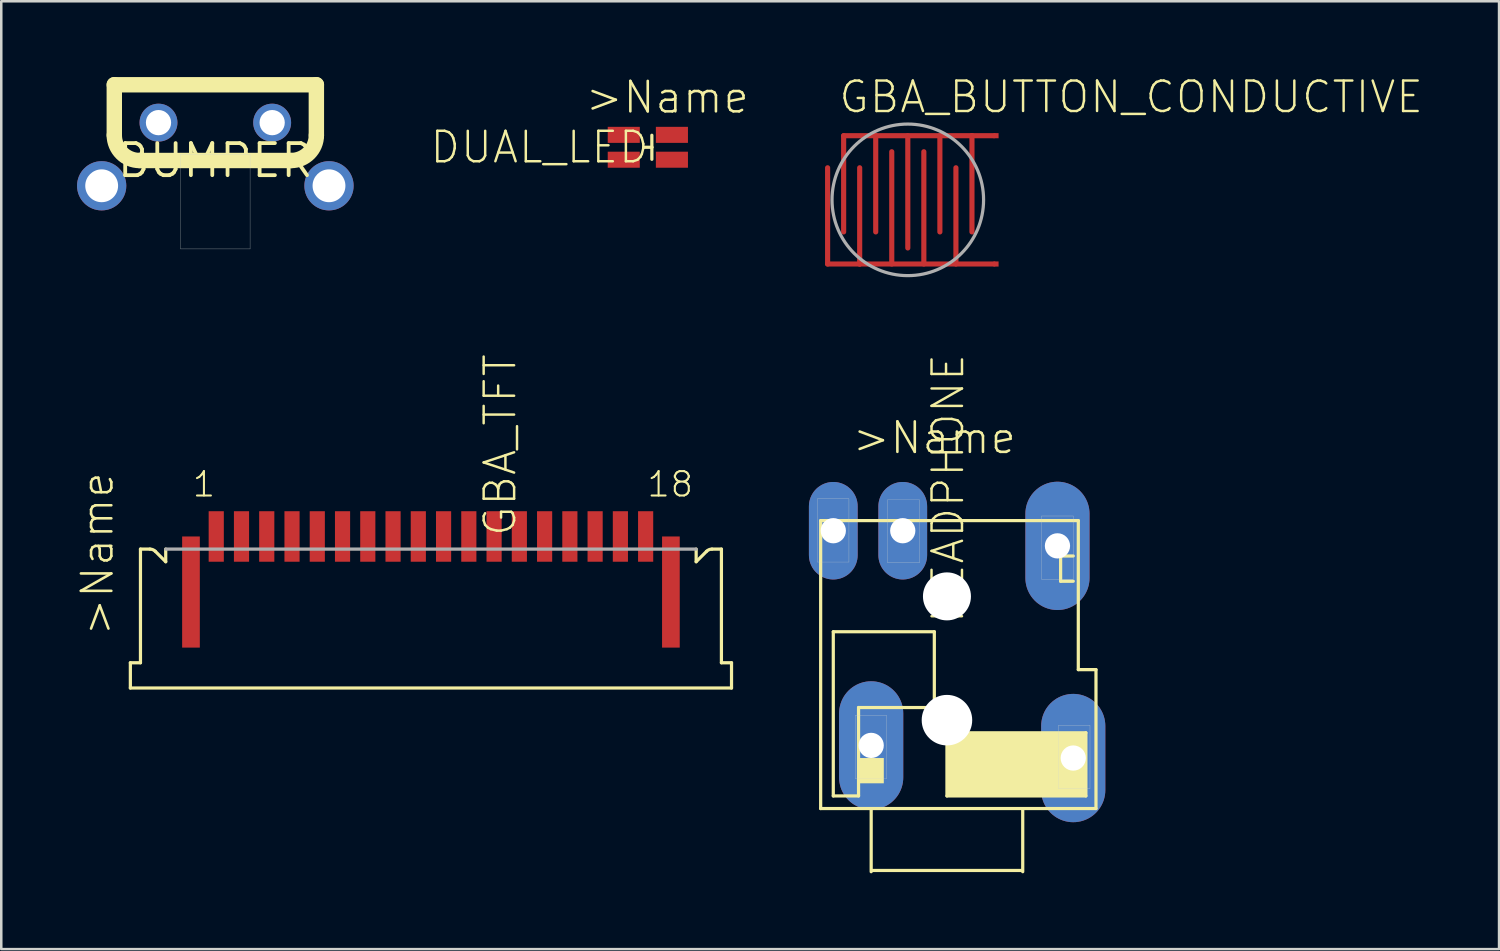
<source format=kicad_pcb>
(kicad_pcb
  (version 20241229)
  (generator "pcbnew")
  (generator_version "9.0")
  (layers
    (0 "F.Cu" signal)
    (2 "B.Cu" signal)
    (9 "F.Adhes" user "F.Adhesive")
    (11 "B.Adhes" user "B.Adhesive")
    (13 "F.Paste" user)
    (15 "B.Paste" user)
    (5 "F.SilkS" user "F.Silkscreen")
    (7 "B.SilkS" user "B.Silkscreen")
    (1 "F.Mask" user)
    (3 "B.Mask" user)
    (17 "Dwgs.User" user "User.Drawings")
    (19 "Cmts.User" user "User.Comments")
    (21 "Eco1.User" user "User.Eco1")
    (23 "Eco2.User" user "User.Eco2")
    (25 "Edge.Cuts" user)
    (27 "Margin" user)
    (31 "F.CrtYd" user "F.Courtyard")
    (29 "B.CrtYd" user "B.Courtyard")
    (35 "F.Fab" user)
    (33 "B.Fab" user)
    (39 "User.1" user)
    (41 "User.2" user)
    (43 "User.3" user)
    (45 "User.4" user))
  (footprint "DUAL_LED"
    (layer "F.Cu")
    (at 22.598 2.781)
    (property "Reference" "DUAL_LED" (at -4.286 0 180) (layer "F.SilkS") (effects (font (size 1.206 1.206) (thickness 0.097))))
    (attr through_hole)
    (fp_line (start 0.159 0) (end -0.159 0) (stroke (width 0.127) (type solid)) (layer "F.SilkS"))
    (fp_line (start 0.159 0) (end 0.159 -0.476) (stroke (width 0.127) (type solid)) (layer "F.SilkS"))
    (fp_line (start 0.159 0.476) (end 0.159 0) (stroke (width 0.127) (type solid)) (layer "F.SilkS"))
    (fp_text user ">Name" (at -2.54 -1.27 0) (layer "F.SilkS") (effects (font (size 1.206 1.206) (thickness 0.102)) (justify left bottom)))
    (pad "1" smd rect (at 0.953 -0.492) (size 1.27 0.635) (layers "F.Cu" "F.Mask" "F.Paste"))
    (pad "2" smd rect (at -0.953 -0.492) (size 1.27 0.635) (layers "F.Cu" "F.Mask" "F.Paste"))
    (pad "3" smd rect (at -0.953 0.492) (size 1.27 0.635) (layers "F.Cu" "F.Mask" "F.Paste"))
    (pad "4" smd rect (at 0.953 0.492) (size 1.27 0.635) (layers "F.Cu" "F.Mask" "F.Paste")))
  (footprint "HEADPHONE"
    (layer "F.Cu")
    (at 34.44 28.961)
    (property "Reference" "HEADPHONE" (at 0.042 -12.669 270) (layer "F.SilkS") (effects (font (size 1.206 1.206) (thickness 0.097))))
    (attr through_hole)
    (fp_line (start -5 -11.4) (end 5.2 -11.4) (stroke (width 0.127) (type solid)) (layer "F.SilkS"))
    (fp_line (start -5 0) (end -5 -11.4) (stroke (width 0.127) (type solid)) (layer "F.SilkS"))
    (fp_line (start -5 0) (end -3 0) (stroke (width 0.127) (type solid)) (layer "F.SilkS"))
    (fp_line (start -4.5 -7) (end -0.5 -7) (stroke (width 0.127) (type solid)) (layer "F.SilkS"))
    (fp_line (start -4.5 -0.5) (end -4.5 -7) (stroke (width 0.127) (type solid)) (layer "F.SilkS"))
    (fp_line (start -3.5 -4) (end -3.5 -0.5) (stroke (width 0.127) (type solid)) (layer "F.SilkS"))
    (fp_line (start -3.5 -0.5) (end -4.5 -0.5) (stroke (width 0.127) (type solid)) (layer "F.SilkS"))
    (fp_line (start -3 0) (end 3 0) (stroke (width 0.127) (type solid)) (layer "F.SilkS"))
    (fp_line (start -3 2.5) (end -3 0) (stroke (width 0.127) (type solid)) (layer "F.SilkS"))
    (fp_line (start -2.965 2.45) (end 2.965 2.45) (stroke (width 0.127) (type solid)) (layer "F.SilkS"))
    (fp_line (start -0.5 -7) (end -0.5 -4) (stroke (width 0.127) (type solid)) (layer "F.SilkS"))
    (fp_line (start -0.5 -4) (end -3.5 -4) (stroke (width 0.127) (type solid)) (layer "F.SilkS"))
    (fp_line (start 0 -3) (end 5.5 -3) (stroke (width 0.127) (type solid)) (layer "F.SilkS"))
    (fp_line (start 0 -0.5) (end 0 -3) (stroke (width 0.127) (type solid)) (layer "F.SilkS"))
    (fp_line (start 3 0) (end 5.9 0) (stroke (width 0.127) (type solid)) (layer "F.SilkS"))
    (fp_line (start 3 2.5) (end 3 0) (stroke (width 0.127) (type solid)) (layer "F.SilkS"))
    (fp_line (start 4.5 -10) (end 4.5 -9) (stroke (width 0.127) (type solid)) (layer "F.SilkS"))
    (fp_line (start 4.5 -9) (end 5 -9) (stroke (width 0.127) (type solid)) (layer "F.SilkS"))
    (fp_line (start 5 -10) (end 4.5 -10) (stroke (width 0.127) (type solid)) (layer "F.SilkS"))
    (fp_line (start 5.2 -11.4) (end 5.2 -5.5) (stroke (width 0.127) (type solid)) (layer "F.SilkS"))
    (fp_line (start 5.2 -5.5) (end 5.9 -5.5) (stroke (width 0.127) (type solid)) (layer "F.SilkS"))
    (fp_line (start 5.5 -3) (end 5.5 -0.5) (stroke (width 0.127) (type solid)) (layer "F.SilkS"))
    (fp_line (start 5.5 -0.5) (end 0 -0.5) (stroke (width 0.127) (type solid)) (layer "F.SilkS"))
    (fp_line (start 5.9 0) (end 5.9 -5.5) (stroke (width 0.127) (type solid)) (layer "F.SilkS"))
    (fp_poly (pts (xy -3.5 -1) (xy -2.5 -1) (xy -2.5 -2) (xy -3.5 -2)) (stroke (width 0) (type solid)) (fill yes) (layer "F.SilkS"))
    (fp_poly (pts (xy 0 -0.5) (xy 5.5 -0.5) (xy 5.5 -3) (xy 0 -3)) (stroke (width 0) (type solid)) (fill yes) (layer "F.SilkS"))
    (fp_line (start -5.13 -12.26) (end -5.13 -9.76) (stroke (width 0.01) (type solid)) (layer "Edge.Cuts"))
    (fp_line (start -5.13 -12.26) (end -3.88 -12.26) (stroke (width 0.01) (type solid)) (layer "Edge.Cuts"))
    (fp_line (start -5.13 -9.76) (end -3.88 -9.76) (stroke (width 0.01) (type solid)) (layer "Edge.Cuts"))
    (fp_line (start -3.88 -9.76) (end -3.88 -12.26) (stroke (width 0.01) (type solid)) (layer "Edge.Cuts"))
    (fp_line (start -3.635 -3.685) (end -3.635 -1.185) (stroke (width 0.01) (type solid)) (layer "Edge.Cuts"))
    (fp_line (start -3.635 -3.685) (end -2.385 -3.685) (stroke (width 0.01) (type solid)) (layer "Edge.Cuts"))
    (fp_line (start -3.635 -1.185) (end -2.385 -1.185) (stroke (width 0.01) (type solid)) (layer "Edge.Cuts"))
    (fp_line (start -2.385 -1.185) (end -2.385 -3.685) (stroke (width 0.01) (type solid)) (layer "Edge.Cuts"))
    (fp_line (start -2.345 -12.228) (end -2.345 -9.728) (stroke (width 0.01) (type solid)) (layer "Edge.Cuts"))
    (fp_line (start -2.345 -12.228) (end -1.095 -12.228) (stroke (width 0.01) (type solid)) (layer "Edge.Cuts"))
    (fp_line (start -2.345 -9.728) (end -1.095 -9.728) (stroke (width 0.01) (type solid)) (layer "Edge.Cuts"))
    (fp_line (start -1.095 -9.728) (end -1.095 -12.228) (stroke (width 0.01) (type solid)) (layer "Edge.Cuts"))
    (fp_line (start 3.745 -11.583) (end 3.745 -9.083) (stroke (width 0.01) (type solid)) (layer "Edge.Cuts"))
    (fp_line (start 3.745 -11.583) (end 4.995 -11.583) (stroke (width 0.01) (type solid)) (layer "Edge.Cuts"))
    (fp_line (start 3.745 -9.083) (end 4.995 -9.083) (stroke (width 0.01) (type solid)) (layer "Edge.Cuts"))
    (fp_line (start 4.413 -3.293) (end 4.413 -0.793) (stroke (width 0.01) (type solid)) (layer "Edge.Cuts"))
    (fp_line (start 4.413 -3.293) (end 5.663 -3.293) (stroke (width 0.01) (type solid)) (layer "Edge.Cuts"))
    (fp_line (start 4.413 -0.793) (end 5.663 -0.793) (stroke (width 0.01) (type solid)) (layer "Edge.Cuts"))
    (fp_line (start 4.995 -9.083) (end 4.995 -11.583) (stroke (width 0.01) (type solid)) (layer "Edge.Cuts"))
    (fp_line (start 5.663 -0.793) (end 5.663 -3.293) (stroke (width 0.01) (type solid)) (layer "Edge.Cuts"))
    (fp_text user ">Name" (at -3.81 -13.97 0) (layer "F.SilkS") (effects (font (size 1.206 1.206) (thickness 0.102)) (justify left bottom)))
    (pad "" np_thru_hole circle (at 0 -8.4) (size 1.9 1.9) (drill 1.9) (layers "*.Cu" "*.Mask"))
    (pad "" np_thru_hole circle (at 0 -3.5) (size 2 2) (drill 2) (layers "*.Cu" "*.Mask"))
    (pad "1" thru_hole oval (at -3 -2.5 90) (size 5.08 2.54) (drill 1) (layers "*.Cu" "*.Mask"))
    (pad "2" thru_hole oval (at -4.5 -11 90) (size 3.861 1.93) (drill 1) (layers "*.Cu" "*.Mask"))
    (pad "GND" thru_hole oval (at 5 -2 90) (size 5.08 2.54) (drill 1) (layers "*.Cu" "*.Mask"))
    (pad "L" thru_hole oval (at 4.375 -10.4 90) (size 5.08 2.54) (drill 1) (layers "*.Cu" "*.Mask"))
    (pad "R" thru_hole oval (at -1.75 -11 90) (size 3.861 1.93) (drill 1) (layers "*.Cu" "*.Mask")))
  (footprint "GBA_BUTTON_CONDUCTIVE"
    (layer "F.Cu")
    (at 32.89 4.862)
    (property "Reference" "GBA_BUTTON_CONDUCTIVE" (at -2.794 -3.365 180) (layer "F.SilkS") (effects (font (size 1.206 1.206) (thickness 0.097)) (justify left bottom)))
    (attr through_hole)
    (fp_line (start -3.175 -1.27) (end -3.175 2.54) (stroke (width 0.203) (type solid)) (layer "F.Cu"))
    (fp_line (start -3.175 2.54) (end -1.905 2.54) (stroke (width 0.203) (type solid)) (layer "F.Cu"))
    (fp_line (start -2.54 -2.54) (end -1.27 -2.54) (stroke (width 0.203) (type solid)) (layer "F.Cu"))
    (fp_line (start -2.54 1.27) (end -2.54 -2.54) (stroke (width 0.203) (type solid)) (layer "F.Cu"))
    (fp_line (start -1.905 -1.27) (end -1.905 2.54) (stroke (width 0.203) (type solid)) (layer "F.Cu"))
    (fp_line (start -1.905 2.54) (end 3.413 2.54) (stroke (width 0.203) (type solid)) (layer "F.Cu"))
    (fp_line (start -1.27 -2.54) (end 2.54 -2.54) (stroke (width 0.203) (type solid)) (layer "F.Cu"))
    (fp_line (start -1.27 1.27) (end -1.27 -2.54) (stroke (width 0.203) (type solid)) (layer "F.Cu"))
    (fp_line (start -0.635 -1.905) (end -0.635 2.54) (stroke (width 0.203) (type solid)) (layer "F.Cu"))
    (fp_line (start 0 1.905) (end 0 -2.54) (stroke (width 0.203) (type solid)) (layer "F.Cu"))
    (fp_line (start 0.635 -1.905) (end 0.635 2.54) (stroke (width 0.203) (type solid)) (layer "F.Cu"))
    (fp_line (start 1.27 1.27) (end 1.27 -2.54) (stroke (width 0.203) (type solid)) (layer "F.Cu"))
    (fp_line (start 1.905 -1.27) (end 1.905 2.54) (stroke (width 0.203) (type solid)) (layer "F.Cu"))
    (fp_line (start 2.54 -2.54) (end 3.413 -2.54) (stroke (width 0.203) (type solid)) (layer "F.Cu"))
    (fp_line (start 2.54 1.27) (end 2.54 -2.54) (stroke (width 0.203) (type solid)) (layer "F.Cu"))
    (fp_circle (center 0 0) (end 1.27 0) (stroke (width 3.4) (type solid)) (fill no) (layer "F.Mask"))
    (fp_circle (center 0 0) (end 3 0) (stroke (width 0.127) (type solid)) (fill no) (layer "F.Fab"))
    (pad "1" smd rect (at 3.493 -2.54) (size 0.203 0.203) (layers "F.Cu" "F.Mask"))
    (pad "2" smd rect (at 3.493 2.54) (size 0.203 0.203) (layers "F.Cu" "F.Mask")))
  (footprint "BUMPER"
    (layer "F.Cu")
    (at 5.475 3.305)
    (property "Reference" "BUMPER" (at 0 0 0) (layer "F.SilkS") (effects (font (size 1.27 1.27) (thickness 0.15))))
    (attr through_hole)
    (fp_line (start -4 -3) (end -4 -1) (stroke (width 0.61) (type solid)) (layer "F.SilkS"))
    (fp_line (start -3 0) (end 3 0) (stroke (width 0.61) (type solid)) (layer "F.SilkS"))
    (fp_line (start 4 -3) (end -4 -3) (stroke (width 0.61) (type solid)) (layer "F.SilkS"))
    (fp_line (start 4 -1) (end 4 -3) (stroke (width 0.61) (type solid)) (layer "F.SilkS"))
    (fp_arc (start -3 0) (mid -3.707107 -0.292893) (end -4 -1) (stroke (width 0.6096) (type solid)) (layer "F.SilkS"))
    (fp_arc (start 4 -1) (mid 3.707107 -0.292893) (end 3 0) (stroke (width 0.6096) (type solid)) (layer "F.SilkS"))
    (fp_line (start -1.375 -0.25) (end 1.375 -0.25) (stroke (width 0.01) (type solid)) (layer "Edge.Cuts"))
    (fp_line (start -1.375 3.5) (end -1.375 -0.25) (stroke (width 0.01) (type solid)) (layer "Edge.Cuts"))
    (fp_line (start 1.375 -0.25) (end 1.375 3.5) (stroke (width 0.01) (type solid)) (layer "Edge.Cuts"))
    (fp_line (start 1.375 3.5) (end -1.375 3.5) (stroke (width 0.01) (type solid)) (layer "Edge.Cuts"))
    (fp_text user "CUT OUT" (at 0 3.175 90) (layer "Edge.Cuts") (effects (font (size 0.386 0.386) (thickness 0.033)) (justify left bottom)))
    (pad "1" thru_hole circle (at -2.25 -1.5) (size 1.5 1.5) (drill 1) (layers "*.Cu" "*.Mask"))
    (pad "2" thru_hole circle (at 2.25 -1.5) (size 1.5 1.5) (drill 1) (layers "*.Cu" "*.Mask"))
    (pad "NC1" thru_hole circle (at -4.5 1) (size 1.95 1.95) (drill 1.3) (layers "*.Cu" "*.Mask"))
    (pad "NC2" thru_hole circle (at 4.5 1) (size 1.95 1.95) (drill 1.3) (layers "*.Cu" "*.Mask")))
  (footprint "GBA_TFT"
    (layer "F.Cu")
    (at 14.511 20.189)
    (property "Reference" "GBA_TFT" (at 2.24 -5.62 270) (layer "F.SilkS") (effects (font (size 1.206 1.206) (thickness 0.097))))
    (attr through_hole)
    (fp_poly (pts (xy -10.35 2.4) (xy -9.65 2.4) (xy -9.65 -2) (xy -10.35 -2)) (stroke (width 0) (type solid)) (fill yes) (layer "F.Cu"))
    (fp_poly (pts (xy 8.65 2.4) (xy 9.35 2.4) (xy 9.35 -2) (xy 8.65 -2)) (stroke (width 0) (type solid)) (fill yes) (layer "F.Cu"))
    (fp_poly (pts (xy -10.45 2.5) (xy -9.55 2.5) (xy -9.55 -2.1) (xy -10.45 -2.1)) (stroke (width 0) (type solid)) (fill yes) (layer "F.Mask"))
    (fp_poly (pts (xy -10.45 2.5) (xy -9.55 2.5) (xy -9.55 -2.1) (xy -10.45 -2.1)) (stroke (width 0) (type solid)) (fill yes) (layer "F.Mask"))
    (fp_poly (pts (xy 8.55 2.5) (xy 9.45 2.5) (xy 9.45 -2.1) (xy 8.55 -2.1)) (stroke (width 0) (type solid)) (fill yes) (layer "F.Mask"))
    (fp_line (start -12.4 3) (end -12 3) (stroke (width 0.127) (type solid)) (layer "F.SilkS"))
    (fp_line (start -12.4 4) (end -12.4 3) (stroke (width 0.127) (type solid)) (layer "F.SilkS"))
    (fp_line (start -12.4 4) (end 11.4 4) (stroke (width 0.127) (type solid)) (layer "F.SilkS"))
    (fp_line (start -12 -1.5) (end -12 3) (stroke (width 0.127) (type solid)) (layer "F.SilkS"))
    (fp_line (start -11.624 -1.5) (end -12 -1.5) (stroke (width 0.127) (type solid)) (layer "F.SilkS"))
    (fp_line (start -11 -1) (end -11.412 -1.412) (stroke (width 0.127) (type solid)) (layer "F.SilkS"))
    (fp_line (start -11 -1) (end -11 -1.5) (stroke (width 0.127) (type solid)) (layer "F.SilkS"))
    (fp_line (start 10 -1.5) (end 10 -1) (stroke (width 0.127) (type solid)) (layer "F.SilkS"))
    (fp_line (start 10 -1) (end 10.412 -1.412) (stroke (width 0.127) (type solid)) (layer "F.SilkS"))
    (fp_line (start 10.624 -1.5) (end 11 -1.5) (stroke (width 0.127) (type solid)) (layer "F.SilkS"))
    (fp_line (start 11 3) (end 11 -1.5) (stroke (width 0.127) (type solid)) (layer "F.SilkS"))
    (fp_line (start 11.4 3) (end 11 3) (stroke (width 0.127) (type solid)) (layer "F.SilkS"))
    (fp_line (start 11.4 4) (end 11.4 3) (stroke (width 0.127) (type solid)) (layer "F.SilkS"))
    (fp_arc (start -11.624265 -1.499999) (mid -11.509459 -1.477163) (end -11.412131 -1.412131) (stroke (width 0.127) (type solid)) (layer "F.SilkS"))
    (fp_arc (start 10.412131 -1.412131) (mid 10.509459 -1.477163) (end 10.624265 -1.499999) (stroke (width 0.127) (type solid)) (layer "F.SilkS"))
    (fp_line (start -11 -1.5) (end 10 -1.5) (stroke (width 0.127) (type solid)) (layer "F.Fab"))
    (fp_text user ">Name" (at -13 2 90) (layer "F.SilkS") (effects (font (size 1.206 1.206) (thickness 0.102)) (justify left bottom)))
    (fp_text user "18" (at 8 -3.5 0) (layer "F.SilkS") (effects (font (size 0.965 0.965) (thickness 0.081)) (justify left bottom)))
    (fp_text user "1" (at -10 -3.5 0) (layer "F.SilkS") (effects (font (size 0.965 0.965) (thickness 0.081)) (justify left bottom)))
    (pad "1" smd rect (at -9 -2) (size 0.6 2) (layers "F.Cu" "F.Mask" "F.Paste"))
    (pad "2" smd rect (at -8 -2) (size 0.6 2) (layers "F.Cu" "F.Mask" "F.Paste"))
    (pad "3" smd rect (at -7 -2) (size 0.6 2) (layers "F.Cu" "F.Mask" "F.Paste"))
    (pad "4" smd rect (at -6 -2) (size 0.6 2) (layers "F.Cu" "F.Mask" "F.Paste"))
    (pad "5" smd rect (at -5 -2) (size 0.6 2) (layers "F.Cu" "F.Mask" "F.Paste"))
    (pad "6" smd rect (at -4 -2) (size 0.6 2) (layers "F.Cu" "F.Mask" "F.Paste"))
    (pad "7" smd rect (at -3 -2) (size 0.6 2) (layers "F.Cu" "F.Mask" "F.Paste"))
    (pad "8" smd rect (at -2 -2) (size 0.6 2) (layers "F.Cu" "F.Mask" "F.Paste"))
    (pad "9" smd rect (at -1 -2) (size 0.6 2) (layers "F.Cu" "F.Mask" "F.Paste"))
    (pad "10" smd rect (at 0 -2) (size 0.6 2) (layers "F.Cu" "F.Mask" "F.Paste"))
    (pad "11" smd rect (at 1 -2) (size 0.6 2) (layers "F.Cu" "F.Mask" "F.Paste"))
    (pad "12" smd rect (at 2 -2) (size 0.6 2) (layers "F.Cu" "F.Mask" "F.Paste"))
    (pad "13" smd rect (at 3 -2) (size 0.6 2) (layers "F.Cu" "F.Mask" "F.Paste"))
    (pad "14" smd rect (at 4 -2) (size 0.6 2) (layers "F.Cu" "F.Mask" "F.Paste"))
    (pad "15" smd rect (at 5 -2) (size 0.6 2) (layers "F.Cu" "F.Mask" "F.Paste"))
    (pad "16" smd rect (at 6 -2) (size 0.6 2) (layers "F.Cu" "F.Mask" "F.Paste"))
    (pad "17" smd rect (at 7 -2) (size 0.6 2) (layers "F.Cu" "F.Mask" "F.Paste"))
    (pad "18" smd rect (at 8 -2) (size 0.6 2) (layers "F.Cu" "F.Mask" "F.Paste")))
  (gr_rect
    (start -3 -3)
    (end 56.298 34.525)
    (stroke (width 0.1) (type default))
    (fill no)
    (layer "Edge.Cuts")))
</source>
